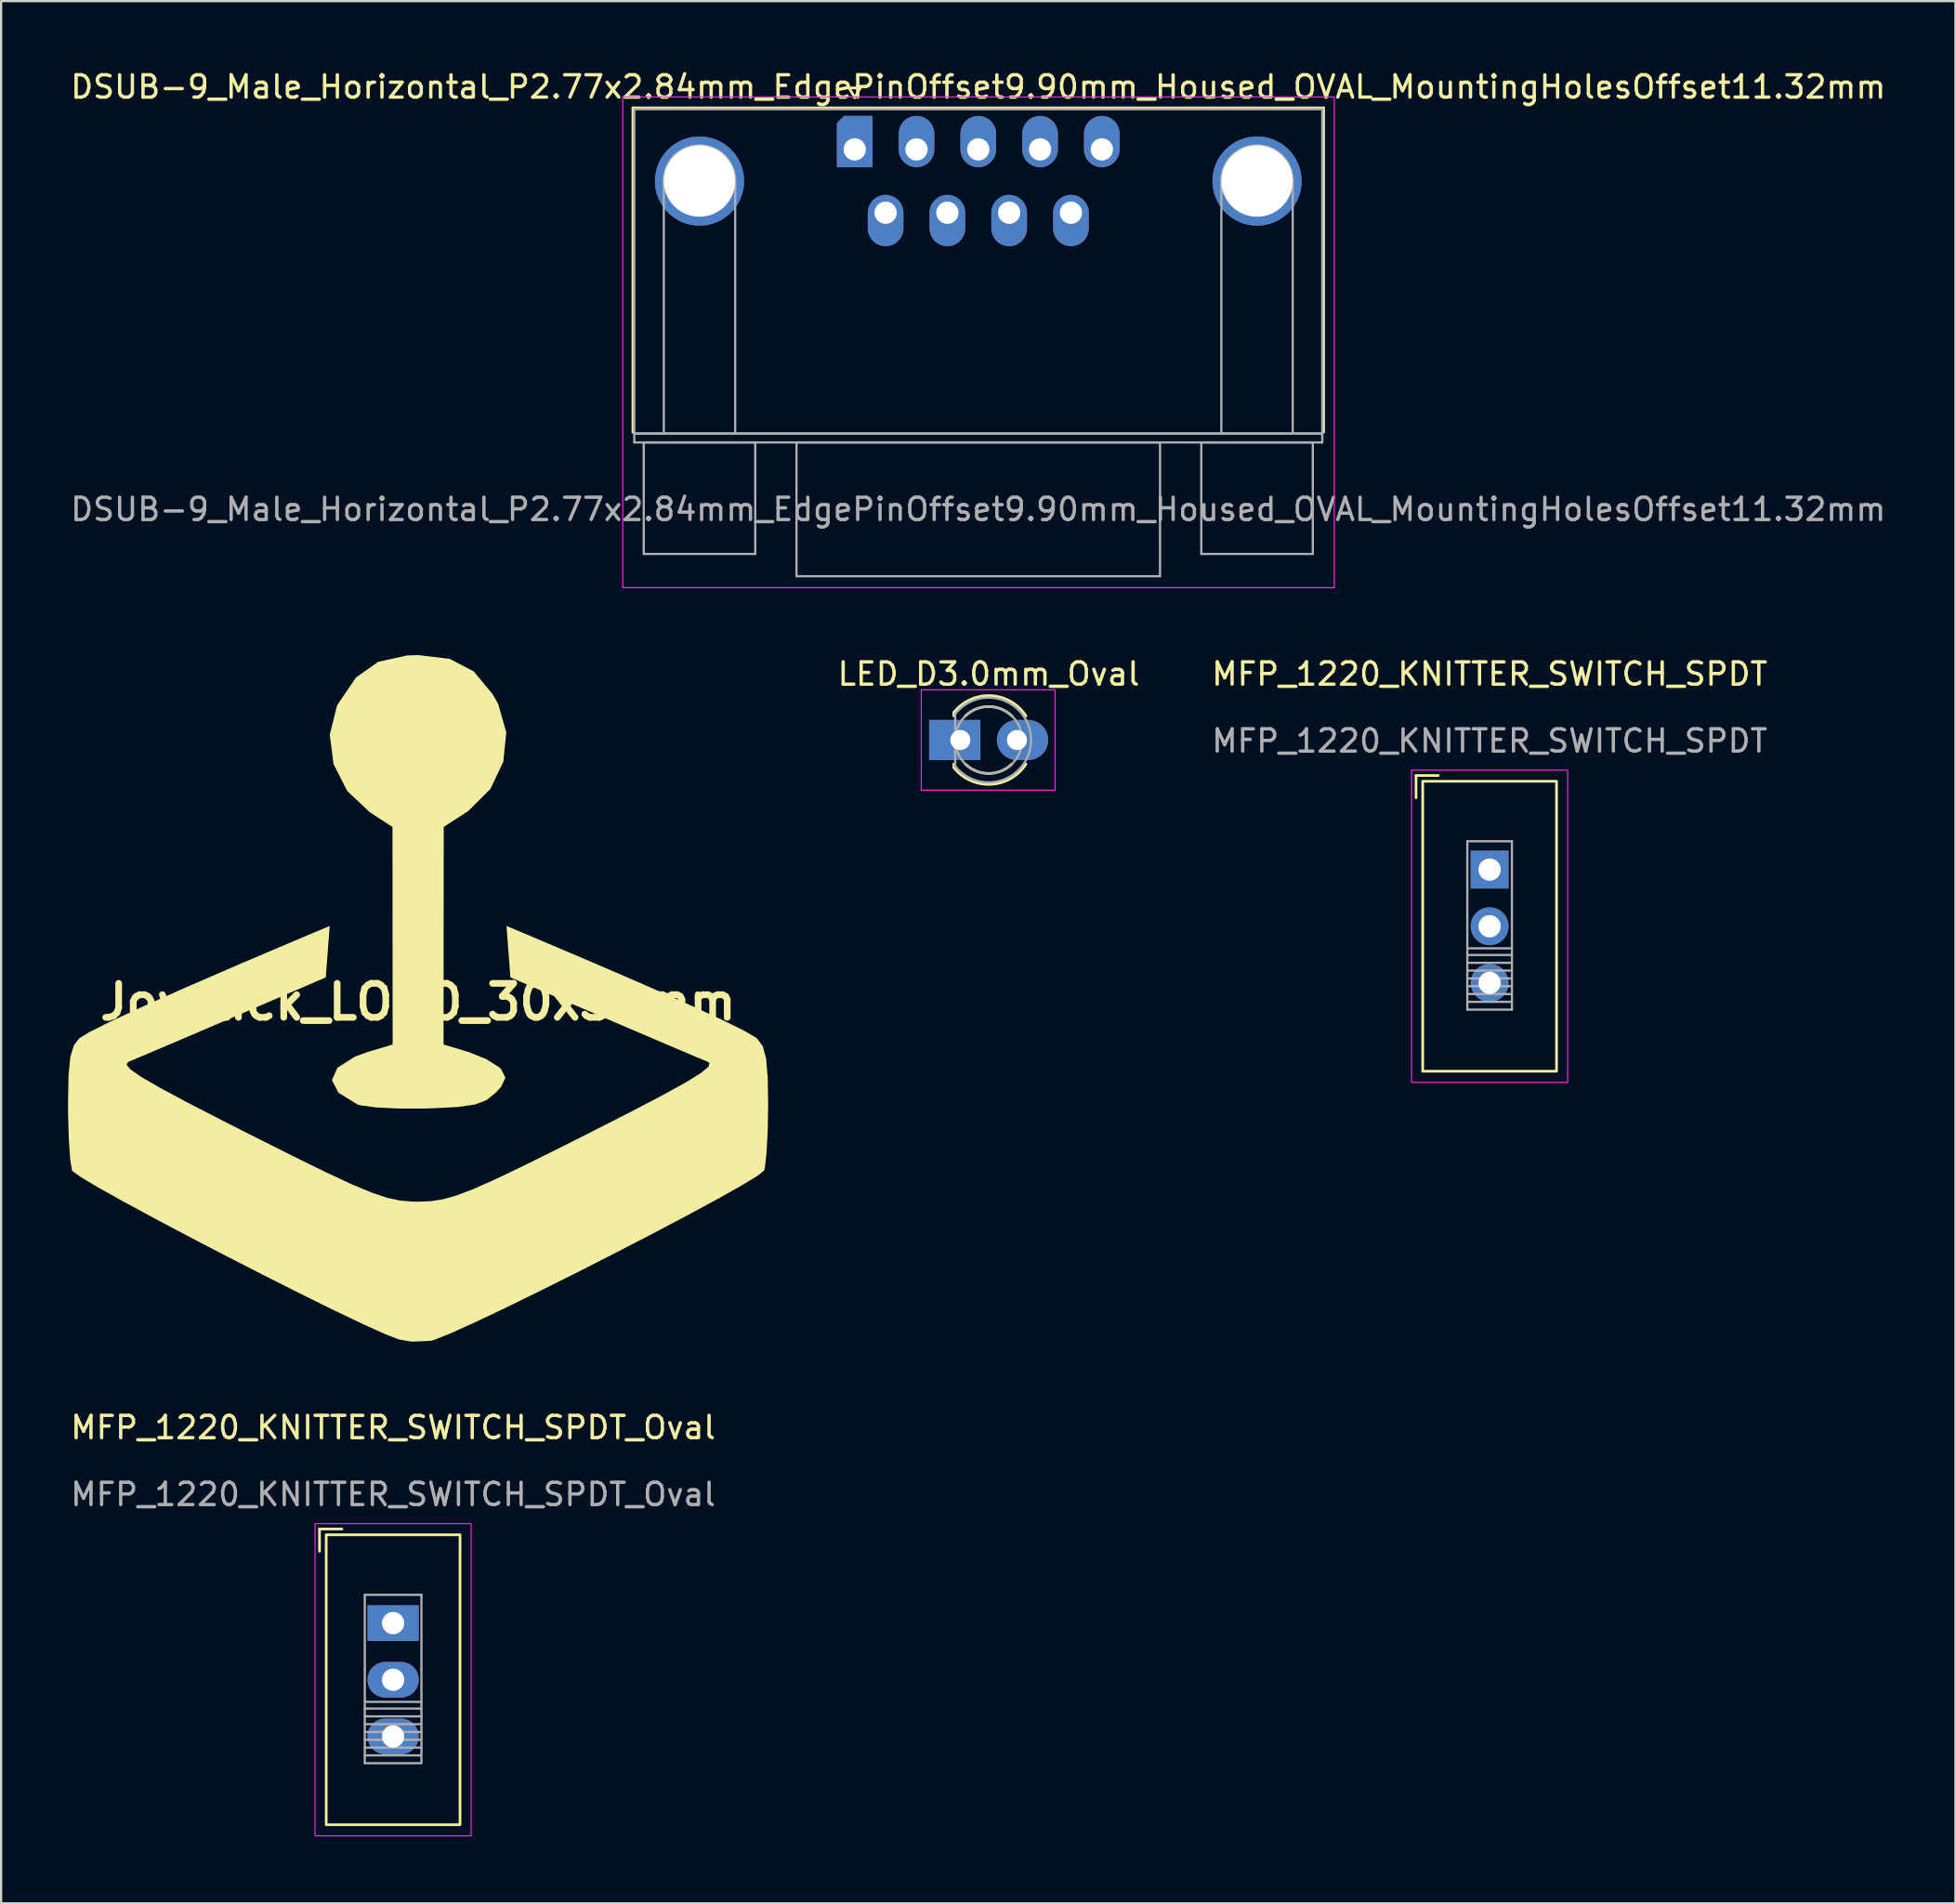
<source format=kicad_pcb>
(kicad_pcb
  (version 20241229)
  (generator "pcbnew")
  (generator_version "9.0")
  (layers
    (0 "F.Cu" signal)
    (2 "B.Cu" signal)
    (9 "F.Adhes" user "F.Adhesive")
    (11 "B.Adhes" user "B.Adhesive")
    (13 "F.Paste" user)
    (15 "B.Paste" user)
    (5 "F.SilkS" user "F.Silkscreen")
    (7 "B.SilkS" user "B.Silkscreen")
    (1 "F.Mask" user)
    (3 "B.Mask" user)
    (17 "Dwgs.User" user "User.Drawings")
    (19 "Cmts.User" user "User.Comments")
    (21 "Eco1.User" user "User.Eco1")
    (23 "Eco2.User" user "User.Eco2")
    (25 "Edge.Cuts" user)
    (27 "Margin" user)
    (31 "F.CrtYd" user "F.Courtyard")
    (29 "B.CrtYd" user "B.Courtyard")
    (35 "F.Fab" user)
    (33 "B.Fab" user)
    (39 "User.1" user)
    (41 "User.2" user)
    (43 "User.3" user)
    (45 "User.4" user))
  (footprint "MFP_1220_KNITTER_SWITCH_SPDT"
    (layer "F.Cu")
    (at 63.744 27.672)
    (property "Reference" "MFP_1220_KNITTER_SWITCH_SPDT" (at 0 -0.5 0) (unlocked yes) (layer "F.SilkS") (effects (font (size 1 1) (thickness 0.15))))
    (attr through_hole)
    (fp_line (start -3.3 4.05) (end -2.3 4.05) (stroke (width 0.12) (type solid)) (layer "F.SilkS"))
    (fp_line (start -3.3 5.05) (end -3.3 4.05) (stroke (width 0.12) (type solid)) (layer "F.SilkS"))
    (fp_rect (start -3 4.31) (end 3 17.31) (stroke (width 0.12) (type solid)) (fill no) (layer "F.SilkS"))
    (fp_rect (start -3.5 3.81) (end 3.5 17.81) (stroke (width 0.05) (type solid)) (fill no) (layer "F.CrtYd"))
    (fp_line (start -1 7) (end 1 7) (stroke (width 0.1) (type solid)) (layer "F.Fab"))
    (fp_line (start -1 10.35) (end -1 7) (stroke (width 0.1) (type solid)) (layer "F.Fab"))
    (fp_line (start -1 11.8) (end 1 11.8) (stroke (width 0.1) (type solid)) (layer "F.Fab"))
    (fp_line (start -1 12.1) (end 1 12.1) (stroke (width 0.1) (type solid)) (layer "F.Fab"))
    (fp_line (start -1 12.45) (end 1 12.45) (stroke (width 0.1) (type solid)) (layer "F.Fab"))
    (fp_line (start -1 12.8) (end 1 12.8) (stroke (width 0.1) (type solid)) (layer "F.Fab"))
    (fp_line (start -1 13.15) (end 1 13.15) (stroke (width 0.1) (type solid)) (layer "F.Fab"))
    (fp_line (start -1 13.5) (end 1 13.5) (stroke (width 0.1) (type solid)) (layer "F.Fab"))
    (fp_line (start -1 13.85) (end 1 13.85) (stroke (width 0.1) (type solid)) (layer "F.Fab"))
    (fp_line (start -1 14.2) (end 1 14.2) (stroke (width 0.1) (type solid)) (layer "F.Fab"))
    (fp_line (start -1 14.55) (end -1 10.35) (stroke (width 0.1) (type solid)) (layer "F.Fab"))
    (fp_line (start -1 14.55) (end 1 14.55) (stroke (width 0.1) (type solid)) (layer "F.Fab"))
    (fp_line (start 1 10.35) (end 1 7) (stroke (width 0.1) (type solid)) (layer "F.Fab"))
    (fp_line (start 1 10.35) (end 1 14.55) (stroke (width 0.1) (type solid)) (layer "F.Fab"))
    (fp_text user "${REFERENCE}" (at 0 2.5 0) (unlocked yes) (layer "F.Fab") (effects (font (size 1 1) (thickness 0.15))))
    (pad "1" thru_hole rect (at 0 8.27) (size 1.7 1.7) (drill 1) (layers "*.Cu" "*.Mask"))
    (pad "2" thru_hole oval (at 0 10.81) (size 1.7 1.7) (drill 1) (layers "*.Cu" "*.Mask"))
    (pad "3" thru_hole oval (at 0 13.35) (size 1.7 1.7) (drill 1) (layers "*.Cu" "*.Mask")))
  (footprint "Joystick_LOGO_30x30mm"
    (layer "F.Cu")
    (at 15.697 41.877)
    (property "Reference" "Joystick_LOGO_30x30mm" (at 0 0 0) (layer "F.SilkS") (effects (font (size 1.524 1.524) (thickness 0.3))))
    (attr board_only exclude_from_pos_files exclude_from_bom)
    (fp_poly (pts (xy 1.42 -15.384) (xy 2.495 -14.822) (xy 3.349 -13.793) (xy 3.595 -13.356) (xy 3.954 -12.09) (xy 3.822 -10.772) (xy 3.243 -9.55) (xy 2.26 -8.57) (xy 2.166 -8.507) (xy 1.149 -7.848) (xy 1.145 -2.97) (xy 1.142 1.907) (xy 2.249 2.239) (xy 3.055 2.56) (xy 3.647 2.935) (xy 3.724 3.014) (xy 3.916 3.399) (xy 3.721 3.808) (xy 3.465 4.082) (xy 3.074 4.396) (xy 2.569 4.594) (xy 1.808 4.707) (xy 0.649 4.767) (xy 0.349 4.776) (xy -0.854 4.779) (xy -1.891 4.728) (xy -2.59 4.634) (xy -2.721 4.594) (xy -3.569 4.072) (xy -3.864 3.506) (xy -3.617 2.949) (xy -2.837 2.451) (xy -2.249 2.239) (xy -1.142 1.907) (xy -1.145 -2.97) (xy -1.149 -7.848) (xy -2.166 -8.507) (xy -3.179 -9.461) (xy -3.792 -10.67) (xy -3.961 -11.986) (xy -3.642 -13.261) (xy -3.595 -13.356) (xy -2.784 -14.55) (xy -1.792 -15.251) (xy -0.495 -15.538) (xy 0 -15.554)) (stroke (width 0) (type solid)) (fill yes) (layer "F.SilkS"))
    (fp_poly (pts (xy 4.907 -3.012) (xy 7.716 -1.82) (xy 10.117 -0.783) (xy 12.086 0.09) (xy 13.6 0.786) (xy 14.634 1.295) (xy 15.165 1.607) (xy 15.196 1.633) (xy 15.449 1.974) (xy 15.603 2.518) (xy 15.678 3.392) (xy 15.697 4.587) (xy 15.677 5.775) (xy 15.624 6.779) (xy 15.548 7.436) (xy 15.517 7.557) (xy 15.229 7.79) (xy 14.505 8.229) (xy 13.426 8.836) (xy 12.071 9.57) (xy 10.517 10.389) (xy 8.845 11.254) (xy 7.134 12.125) (xy 5.463 12.96) (xy 3.91 13.719) (xy 2.556 14.363) (xy 1.478 14.849) (xy 0.758 15.139) (xy 0.571 15.195) (xy -0.282 15.232) (xy -0.856 15.135) (xy -1.463 14.9) (xy -2.446 14.456) (xy -3.725 13.846) (xy -5.222 13.109) (xy -6.856 12.286) (xy -8.549 11.42) (xy -10.221 10.55) (xy -11.794 9.717) (xy -13.187 8.964) (xy -14.321 8.33) (xy -15.118 7.856) (xy -15.498 7.584) (xy -15.517 7.557) (xy -15.598 7.069) (xy -15.661 6.174) (xy -15.694 5.035) (xy -15.697 4.587) (xy -15.674 3.302) (xy -15.593 2.461) (xy -15.432 1.939) (xy -15.196 1.633) (xy -14.734 1.348) (xy -13.765 0.864) (xy -12.313 0.192) (xy -10.402 -0.658) (xy -8.057 -1.674) (xy -5.301 -2.846) (xy -4.907 -3.012) (xy -3.963 -3.409) (xy -4.051 -2.255) (xy -4.138 -1.102) (xy -8.276 0.677) (xy -9.738 1.303) (xy -11.049 1.863) (xy -12.104 2.312) (xy -12.797 2.603) (xy -12.985 2.68) (xy -13.078 2.801) (xy -12.907 3.016) (xy -12.427 3.352) (xy -11.593 3.837) (xy -10.36 4.499) (xy -8.682 5.363) (xy -7.563 5.93) (xy -5.627 6.902) (xy -4.119 7.642) (xy -2.962 8.18) (xy -2.077 8.549) (xy -1.388 8.78) (xy -0.815 8.903) (xy -0.282 8.95) (xy 0 8.954) (xy 0.544 8.934) (xy 1.087 8.854) (xy 1.707 8.682) (xy 2.483 8.387) (xy 3.491 7.939) (xy 4.811 7.305) (xy 6.519 6.456) (xy 7.563 5.93) (xy 9.503 4.943) (xy 10.973 4.174) (xy 12.019 3.597) (xy 12.686 3.182) (xy 13.02 2.905) (xy 13.066 2.736) (xy 12.985 2.68) (xy 12.534 2.493) (xy 11.663 2.125) (xy 10.479 1.62) (xy 9.086 1.024) (xy 8.276 0.677) (xy 4.138 -1.102) (xy 4.051 -2.255) (xy 3.963 -3.409)) (stroke (width 0) (type solid)) (fill yes) (layer "F.SilkS")))
  (footprint "DSUB-9_Male_Horizontal_P2.77x2.84mm_EdgePinOffset9.90mm_Housed_OVAL_MountingHolesOffset11.32mm"
    (layer "F.Cu")
    (at 35.275 3.648)
    (property "Reference" "DSUB-9_Male_Horizontal_P2.77x2.84mm_EdgePinOffset9.90mm_Housed_OVAL_MountingHolesOffset11.32mm" (at 5.54 -2.8 0) (layer "F.SilkS") (effects (font (size 1 1) (thickness 0.15))))
    (attr through_hole)
    (fp_line (start -9.945 -1.86) (end 21.025 -1.86) (stroke (width 0.12) (type solid)) (layer "F.SilkS"))
    (fp_line (start -9.945 12.68) (end -9.945 -1.86) (stroke (width 0.12) (type solid)) (layer "F.SilkS"))
    (fp_line (start -0.25 -2.754) (end 0.25 -2.754) (stroke (width 0.12) (type solid)) (layer "F.SilkS"))
    (fp_line (start 0 -2.321) (end -0.25 -2.754) (stroke (width 0.12) (type solid)) (layer "F.SilkS"))
    (fp_line (start 0.25 -2.754) (end 0 -2.321) (stroke (width 0.12) (type solid)) (layer "F.SilkS"))
    (fp_line (start 21.025 -1.86) (end 21.025 12.68) (stroke (width 0.12) (type solid)) (layer "F.SilkS"))
    (fp_line (start -10.4 -2.35) (end -10.4 19.65) (stroke (width 0.05) (type solid)) (layer "F.CrtYd"))
    (fp_line (start -10.4 19.65) (end 21.5 19.65) (stroke (width 0.05) (type solid)) (layer "F.CrtYd"))
    (fp_line (start 21.5 -2.35) (end -10.4 -2.35) (stroke (width 0.05) (type solid)) (layer "F.CrtYd"))
    (fp_line (start 21.5 19.65) (end 21.5 -2.35) (stroke (width 0.05) (type solid)) (layer "F.CrtYd"))
    (fp_line (start -9.885 -1.8) (end -9.885 12.74) (stroke (width 0.1) (type solid)) (layer "F.Fab"))
    (fp_line (start -9.885 12.74) (end -9.885 13.14) (stroke (width 0.1) (type solid)) (layer "F.Fab"))
    (fp_line (start -9.885 12.74) (end 20.965 12.74) (stroke (width 0.1) (type solid)) (layer "F.Fab"))
    (fp_line (start -9.885 13.14) (end 20.965 13.14) (stroke (width 0.1) (type solid)) (layer "F.Fab"))
    (fp_line (start -9.46 13.14) (end -9.46 18.14) (stroke (width 0.1) (type solid)) (layer "F.Fab"))
    (fp_line (start -9.46 18.14) (end -4.46 18.14) (stroke (width 0.1) (type solid)) (layer "F.Fab"))
    (fp_line (start -8.56 12.74) (end -8.56 1.42) (stroke (width 0.1) (type solid)) (layer "F.Fab"))
    (fp_line (start -5.36 12.74) (end -5.36 1.42) (stroke (width 0.1) (type solid)) (layer "F.Fab"))
    (fp_line (start -4.46 13.14) (end -9.46 13.14) (stroke (width 0.1) (type solid)) (layer "F.Fab"))
    (fp_line (start -4.46 18.14) (end -4.46 13.14) (stroke (width 0.1) (type solid)) (layer "F.Fab"))
    (fp_line (start -2.61 13.14) (end -2.61 19.14) (stroke (width 0.1) (type solid)) (layer "F.Fab"))
    (fp_line (start -2.61 19.14) (end 13.69 19.14) (stroke (width 0.1) (type solid)) (layer "F.Fab"))
    (fp_line (start 13.69 13.14) (end -2.61 13.14) (stroke (width 0.1) (type solid)) (layer "F.Fab"))
    (fp_line (start 13.69 19.14) (end 13.69 13.14) (stroke (width 0.1) (type solid)) (layer "F.Fab"))
    (fp_line (start 15.54 13.14) (end 15.54 18.14) (stroke (width 0.1) (type solid)) (layer "F.Fab"))
    (fp_line (start 15.54 18.14) (end 20.54 18.14) (stroke (width 0.1) (type solid)) (layer "F.Fab"))
    (fp_line (start 16.44 12.74) (end 16.44 1.42) (stroke (width 0.1) (type solid)) (layer "F.Fab"))
    (fp_line (start 19.64 12.74) (end 19.64 1.42) (stroke (width 0.1) (type solid)) (layer "F.Fab"))
    (fp_line (start 20.54 13.14) (end 15.54 13.14) (stroke (width 0.1) (type solid)) (layer "F.Fab"))
    (fp_line (start 20.54 18.14) (end 20.54 13.14) (stroke (width 0.1) (type solid)) (layer "F.Fab"))
    (fp_line (start 20.965 -1.8) (end -9.885 -1.8) (stroke (width 0.1) (type solid)) (layer "F.Fab"))
    (fp_line (start 20.965 12.74) (end -9.885 12.74) (stroke (width 0.1) (type solid)) (layer "F.Fab"))
    (fp_line (start 20.965 12.74) (end 20.965 -1.8) (stroke (width 0.1) (type solid)) (layer "F.Fab"))
    (fp_line (start 20.965 13.14) (end 20.965 12.74) (stroke (width 0.1) (type solid)) (layer "F.Fab"))
    (fp_arc (start -8.56 1.42) (mid -6.96 -0.18) (end -5.36 1.42) (stroke (width 0.1) (type solid)) (layer "F.Fab"))
    (fp_arc (start 16.44 1.42) (mid 18.04 -0.18) (end 19.64 1.42) (stroke (width 0.1) (type solid)) (layer "F.Fab"))
    (fp_text user "${REFERENCE}" (at 5.54 16.14 0) (layer "F.Fab") (effects (font (size 1 1) (thickness 0.15))))
    (pad "0" thru_hole circle (at -6.96 1.42) (size 4 4) (drill 3.2) (layers "*.Cu" "*.Mask"))
    (pad "0" thru_hole circle (at 18.04 1.42) (size 4 4) (drill 3.2) (layers "*.Cu" "*.Mask"))
    (pad "1" thru_hole roundrect (at 0 0) (size 1.6 2.3) (drill 1 (offset 0 -0.35)) (layers "*.Cu" "*.Mask") (roundrect_rratio 0) (chamfer_ratio 0.2) (chamfer top_left))
    (pad "2" thru_hole oval (at 2.77 0) (size 1.6 2.3) (drill 1 (offset 0 -0.35)) (layers "*.Cu" "*.Mask"))
    (pad "3" thru_hole oval (at 5.54 0) (size 1.6 2.3) (drill 1 (offset 0 -0.35)) (layers "*.Cu" "*.Mask"))
    (pad "4" thru_hole oval (at 8.31 0) (size 1.6 2.3) (drill 1 (offset 0 -0.35)) (layers "*.Cu" "*.Mask"))
    (pad "5" thru_hole oval (at 11.08 0) (size 1.6 2.3) (drill 1 (offset 0 -0.35)) (layers "*.Cu" "*.Mask"))
    (pad "6" thru_hole oval (at 1.385 2.84) (size 1.6 2.3) (drill 1 (offset 0 0.35)) (layers "*.Cu" "*.Mask"))
    (pad "7" thru_hole oval (at 4.155 2.84) (size 1.6 2.3) (drill 1 (offset 0 0.35)) (layers "*.Cu" "*.Mask"))
    (pad "8" thru_hole oval (at 6.925 2.84) (size 1.6 2.3) (drill 1 (offset 0 0.35)) (layers "*.Cu" "*.Mask"))
    (pad "9" thru_hole oval (at 9.695 2.84) (size 1.6 2.3) (drill 1 (offset 0 0.35)) (layers "*.Cu" "*.Mask")))
  (footprint "MFP_1220_KNITTER_SWITCH_SPDT_Oval"
    (layer "F.Cu")
    (at 14.577 61.458)
    (property "Reference" "MFP_1220_KNITTER_SWITCH_SPDT_Oval" (at 0 -0.5 0) (unlocked yes) (layer "F.SilkS") (effects (font (size 1 1) (thickness 0.15))))
    (attr through_hole)
    (fp_line (start -3.3 4.05) (end -2.3 4.05) (stroke (width 0.12) (type solid)) (layer "F.SilkS"))
    (fp_line (start -3.3 5.05) (end -3.3 4.05) (stroke (width 0.12) (type solid)) (layer "F.SilkS"))
    (fp_rect (start -3 4.31) (end 3 17.31) (stroke (width 0.12) (type solid)) (fill no) (layer "F.SilkS"))
    (fp_rect (start -3.5 3.81) (end 3.5 17.81) (stroke (width 0.05) (type solid)) (fill no) (layer "F.CrtYd"))
    (fp_line (start -1.27 7) (end 1.27 7) (stroke (width 0.1) (type solid)) (layer "F.Fab"))
    (fp_line (start -1.27 10.35) (end -1.27 7) (stroke (width 0.1) (type solid)) (layer "F.Fab"))
    (fp_line (start -1.27 11.8) (end 1.27 11.8) (stroke (width 0.1) (type solid)) (layer "F.Fab"))
    (fp_line (start -1.27 12.1) (end 1.27 12.1) (stroke (width 0.1) (type solid)) (layer "F.Fab"))
    (fp_line (start -1.27 12.45) (end 1.27 12.45) (stroke (width 0.1) (type solid)) (layer "F.Fab"))
    (fp_line (start -1.27 12.8) (end 1.27 12.8) (stroke (width 0.1) (type solid)) (layer "F.Fab"))
    (fp_line (start -1.27 13.15) (end 1.27 13.15) (stroke (width 0.1) (type solid)) (layer "F.Fab"))
    (fp_line (start -1.27 13.5) (end 1.27 13.5) (stroke (width 0.1) (type solid)) (layer "F.Fab"))
    (fp_line (start -1.27 13.85) (end 1.27 13.85) (stroke (width 0.1) (type solid)) (layer "F.Fab"))
    (fp_line (start -1.27 14.2) (end 1.238 14.2) (stroke (width 0.1) (type solid)) (layer "F.Fab"))
    (fp_line (start -1.27 14.55) (end -1.27 10.35) (stroke (width 0.1) (type solid)) (layer "F.Fab"))
    (fp_line (start -1.27 14.55) (end 1.254 14.55) (stroke (width 0.1) (type solid)) (layer "F.Fab"))
    (fp_line (start 1.27 10.35) (end 1.27 7) (stroke (width 0.1) (type solid)) (layer "F.Fab"))
    (fp_line (start 1.27 10.35) (end 1.27 14.55) (stroke (width 0.1) (type solid)) (layer "F.Fab"))
    (fp_text user "${REFERENCE}" (at 0 2.5 0) (unlocked yes) (layer "F.Fab") (effects (font (size 1 1) (thickness 0.15))))
    (pad "1" thru_hole rect (at 0 8.27) (size 2.3 1.6) (drill 1) (layers "*.Cu" "*.Mask"))
    (pad "2" thru_hole oval (at 0 10.81) (size 2.3 1.6) (drill 1) (layers "*.Cu" "*.Mask"))
    (pad "3" thru_hole oval (at 0 13.35) (size 2.3 1.6) (drill 1) (layers "*.Cu" "*.Mask")))
  (footprint "LED_D3.0mm_Oval"
    (layer "F.Cu")
    (at 40.01 30.131)
    (property "Reference" "LED_D3.0mm_Oval" (at 1.27 -2.96 0) (layer "F.SilkS") (effects (font (size 1 1) (thickness 0.15))))
    (attr through_hole)
    (fp_line (start -0.29 -1.236) (end -0.29 -1.08) (stroke (width 0.12) (type solid)) (layer "F.SilkS"))
    (fp_line (start -0.29 1.08) (end -0.29 1.236) (stroke (width 0.12) (type solid)) (layer "F.SilkS"))
    (fp_arc (start -0.29 -1.235516) (mid 1.366487 -1.987659) (end 2.942335 -1.078608) (stroke (width 0.12) (type solid)) (layer "F.SilkS"))
    (fp_arc (start 0.229039 -1.08) (mid 1.270117 -1.5) (end 2.31113 -1.079837) (stroke (width 0.12) (type solid)) (layer "F.SilkS"))
    (fp_arc (start 2.31113 1.079837) (mid 1.270117 1.5) (end 0.229039 1.08) (stroke (width 0.12) (type solid)) (layer "F.SilkS"))
    (fp_arc (start 2.942335 1.078608) (mid 1.366487 1.987659) (end -0.29 1.235516) (stroke (width 0.12) (type solid)) (layer "F.SilkS"))
    (fp_line (start -1.75 -2.25) (end -1.75 2.25) (stroke (width 0.05) (type solid)) (layer "F.CrtYd"))
    (fp_line (start -1.75 2.25) (end 4.25 2.25) (stroke (width 0.05) (type solid)) (layer "F.CrtYd"))
    (fp_line (start 4.25 -2.25) (end -1.75 -2.25) (stroke (width 0.05) (type solid)) (layer "F.CrtYd"))
    (fp_line (start 4.25 2.25) (end 4.25 -2.25) (stroke (width 0.05) (type solid)) (layer "F.CrtYd"))
    (fp_line (start -0.23 -1.166) (end -0.23 1.166) (stroke (width 0.1) (type solid)) (layer "F.Fab"))
    (fp_arc (start -0.23 -1.16619) (mid 3.17 0.000452) (end -0.230555 1.165476) (stroke (width 0.1) (type solid)) (layer "F.Fab"))
    (fp_circle (center 1.27 0) (end 2.77 0) (stroke (width 0.1) (type solid)) (fill no) (layer "F.Fab"))
    (pad "1" thru_hole rect (at 0 0 90) (size 1.8 2.3) (drill 0.9 (offset 0 -0.25)) (layers "*.Cu" "*.Mask"))
    (pad "2" thru_hole oval (at 2.54 0 90) (size 1.8 2.3) (drill 0.9 (offset 0 0.25)) (layers "*.Cu" "*.Mask")))
  (gr_rect
    (start -3 -3)
    (end 84.631 82.293)
    (stroke (width 0.1) (type default))
    (fill no)
    (layer "Edge.Cuts")))
</source>
